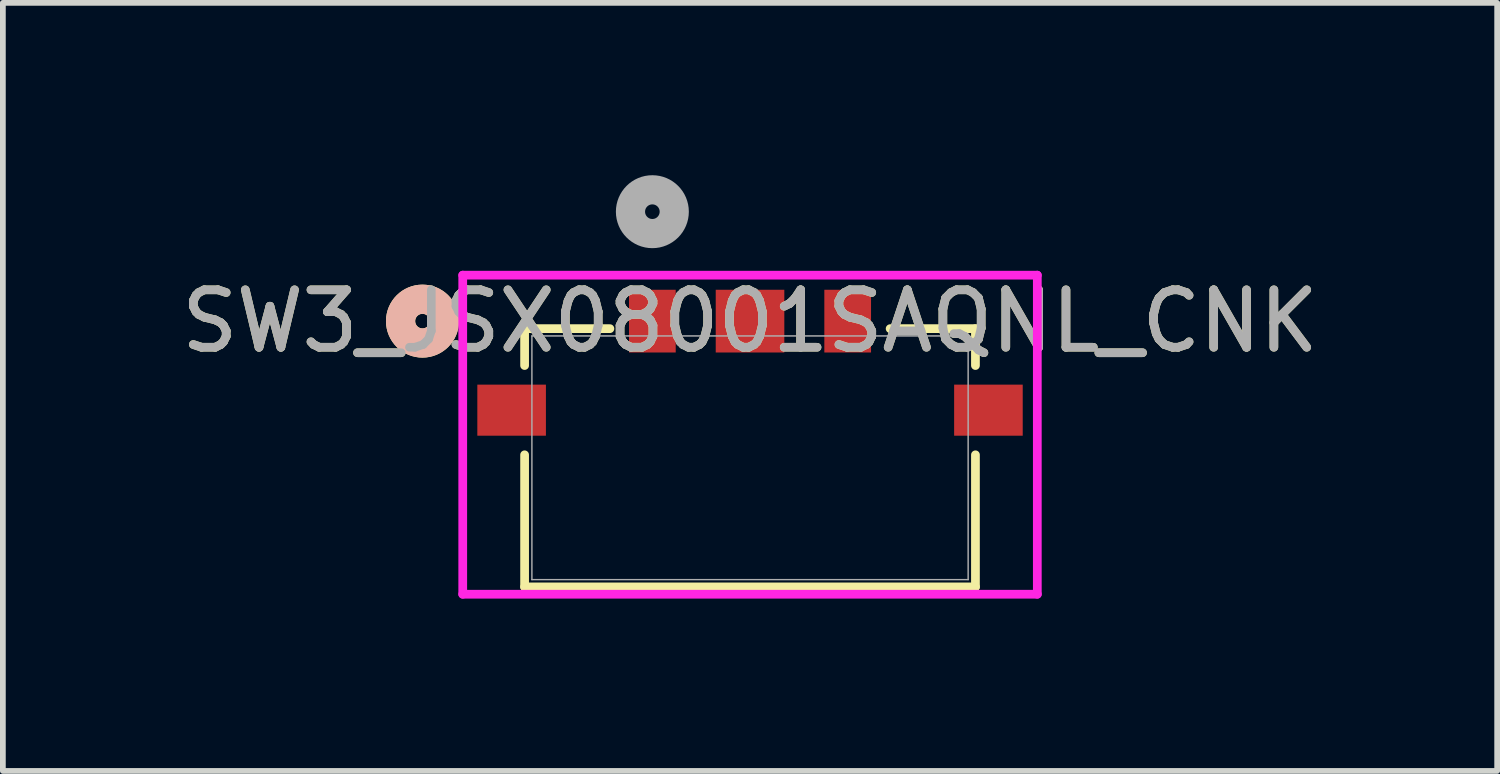
<source format=kicad_pcb>
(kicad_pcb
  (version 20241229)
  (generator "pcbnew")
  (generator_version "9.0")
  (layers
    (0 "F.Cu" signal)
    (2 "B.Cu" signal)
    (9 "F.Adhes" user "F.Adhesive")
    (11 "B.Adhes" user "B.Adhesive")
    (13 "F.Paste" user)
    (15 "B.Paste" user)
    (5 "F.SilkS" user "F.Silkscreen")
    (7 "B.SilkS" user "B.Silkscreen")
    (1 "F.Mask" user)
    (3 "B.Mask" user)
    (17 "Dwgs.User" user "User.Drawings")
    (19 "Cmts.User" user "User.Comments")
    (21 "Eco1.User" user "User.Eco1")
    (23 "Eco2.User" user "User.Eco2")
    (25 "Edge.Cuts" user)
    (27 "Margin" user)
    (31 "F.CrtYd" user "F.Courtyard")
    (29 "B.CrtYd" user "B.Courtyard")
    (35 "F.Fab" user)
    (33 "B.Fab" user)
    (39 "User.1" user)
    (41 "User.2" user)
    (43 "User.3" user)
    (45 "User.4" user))
  (footprint "SW3_JSX08001SAQNL_CNK"
    (layer "F.Cu")
    (at 10.006 4.919)
    (property "Reference" "SW3_JSX08001SAQNL_CNK" (at 0 -2.379 0) (unlocked yes) (layer "F.SilkS") (effects (font (size 1 1) (thickness 0.15))))
    (attr smd)
    (fp_line (start -3.924 -2.248) (end -3.924 -1.606) (stroke (width 0.152) (type solid)) (layer "F.SilkS"))
    (fp_line (start -3.924 -0.052) (end -3.924 2.248) (stroke (width 0.152) (type solid)) (layer "F.SilkS"))
    (fp_line (start -3.924 2.248) (end 3.924 2.248) (stroke (width 0.152) (type solid)) (layer "F.SilkS"))
    (fp_line (start -2.439 -2.248) (end -3.924 -2.248) (stroke (width 0.152) (type solid)) (layer "F.SilkS"))
    (fp_line (start 3.924 -2.248) (end 2.439 -2.248) (stroke (width 0.152) (type solid)) (layer "F.SilkS"))
    (fp_line (start 3.924 -1.606) (end 3.924 -2.248) (stroke (width 0.152) (type solid)) (layer "F.SilkS"))
    (fp_line (start 3.924 2.248) (end 3.924 -0.052) (stroke (width 0.152) (type solid)) (layer "F.SilkS"))
    (fp_circle (center -5.702 -2.379) (end -5.321 -2.379) (stroke (width 0.508) (type solid)) (fill no) (layer "F.SilkS"))
    (fp_circle (center -5.702 -2.379) (end -5.321 -2.379) (stroke (width 0.508) (type solid)) (fill no) (layer "B.SilkS"))
    (fp_line (start -5.001 -3.179) (end -5.001 2.375) (stroke (width 0.152) (type solid)) (layer "F.CrtYd"))
    (fp_line (start -5.001 2.375) (end 5.001 2.375) (stroke (width 0.152) (type solid)) (layer "F.CrtYd"))
    (fp_line (start 5.001 -3.179) (end -5.001 -3.179) (stroke (width 0.152) (type solid)) (layer "F.CrtYd"))
    (fp_line (start 5.001 2.375) (end 5.001 -3.179) (stroke (width 0.152) (type solid)) (layer "F.CrtYd"))
    (fp_line (start -3.797 -2.121) (end -3.797 2.121) (stroke (width 0.025) (type solid)) (layer "F.Fab"))
    (fp_line (start -3.797 2.121) (end 3.797 2.121) (stroke (width 0.025) (type solid)) (layer "F.Fab"))
    (fp_line (start 3.797 -2.121) (end -3.797 -2.121) (stroke (width 0.025) (type solid)) (layer "F.Fab"))
    (fp_line (start 3.797 2.121) (end 3.797 -2.121) (stroke (width 0.025) (type solid)) (layer "F.Fab"))
    (fp_circle (center -1.7 -4.284) (end -1.319 -4.284) (stroke (width 0.508) (type solid)) (fill no) (layer "F.Fab"))
    (fp_text user "${REFERENCE}" (at 0 -2.379 0) (unlocked yes) (layer "F.Fab") (effects (font (size 1 1) (thickness 0.15))))
    (pad "1" smd rect (at -1.7 -2.379) (size 0.813 1.092) (layers "F.Cu" "F.Mask" "F.Paste"))
    (pad "2" smd rect (at 1.7 -2.379) (size 0.813 1.092) (layers "F.Cu" "F.Mask" "F.Paste"))
    (pad "3" smd rect (at 0 -2.379) (size 1.194 1.092) (layers "F.Cu" "F.Mask" "F.Paste"))
    (pad "4" smd rect (at -4.15 -0.829) (size 1.194 0.889) (layers "F.Cu" "F.Mask" "F.Paste"))
    (pad "5" smd rect (at 4.15 -0.829) (size 1.194 0.889) (layers "F.Cu" "F.Mask" "F.Paste")))
  (gr_rect
    (start -3 -3)
    (end 23.012 10.37)
    (stroke (width 0.1) (type default))
    (fill no)
    (layer "Edge.Cuts")))
</source>
